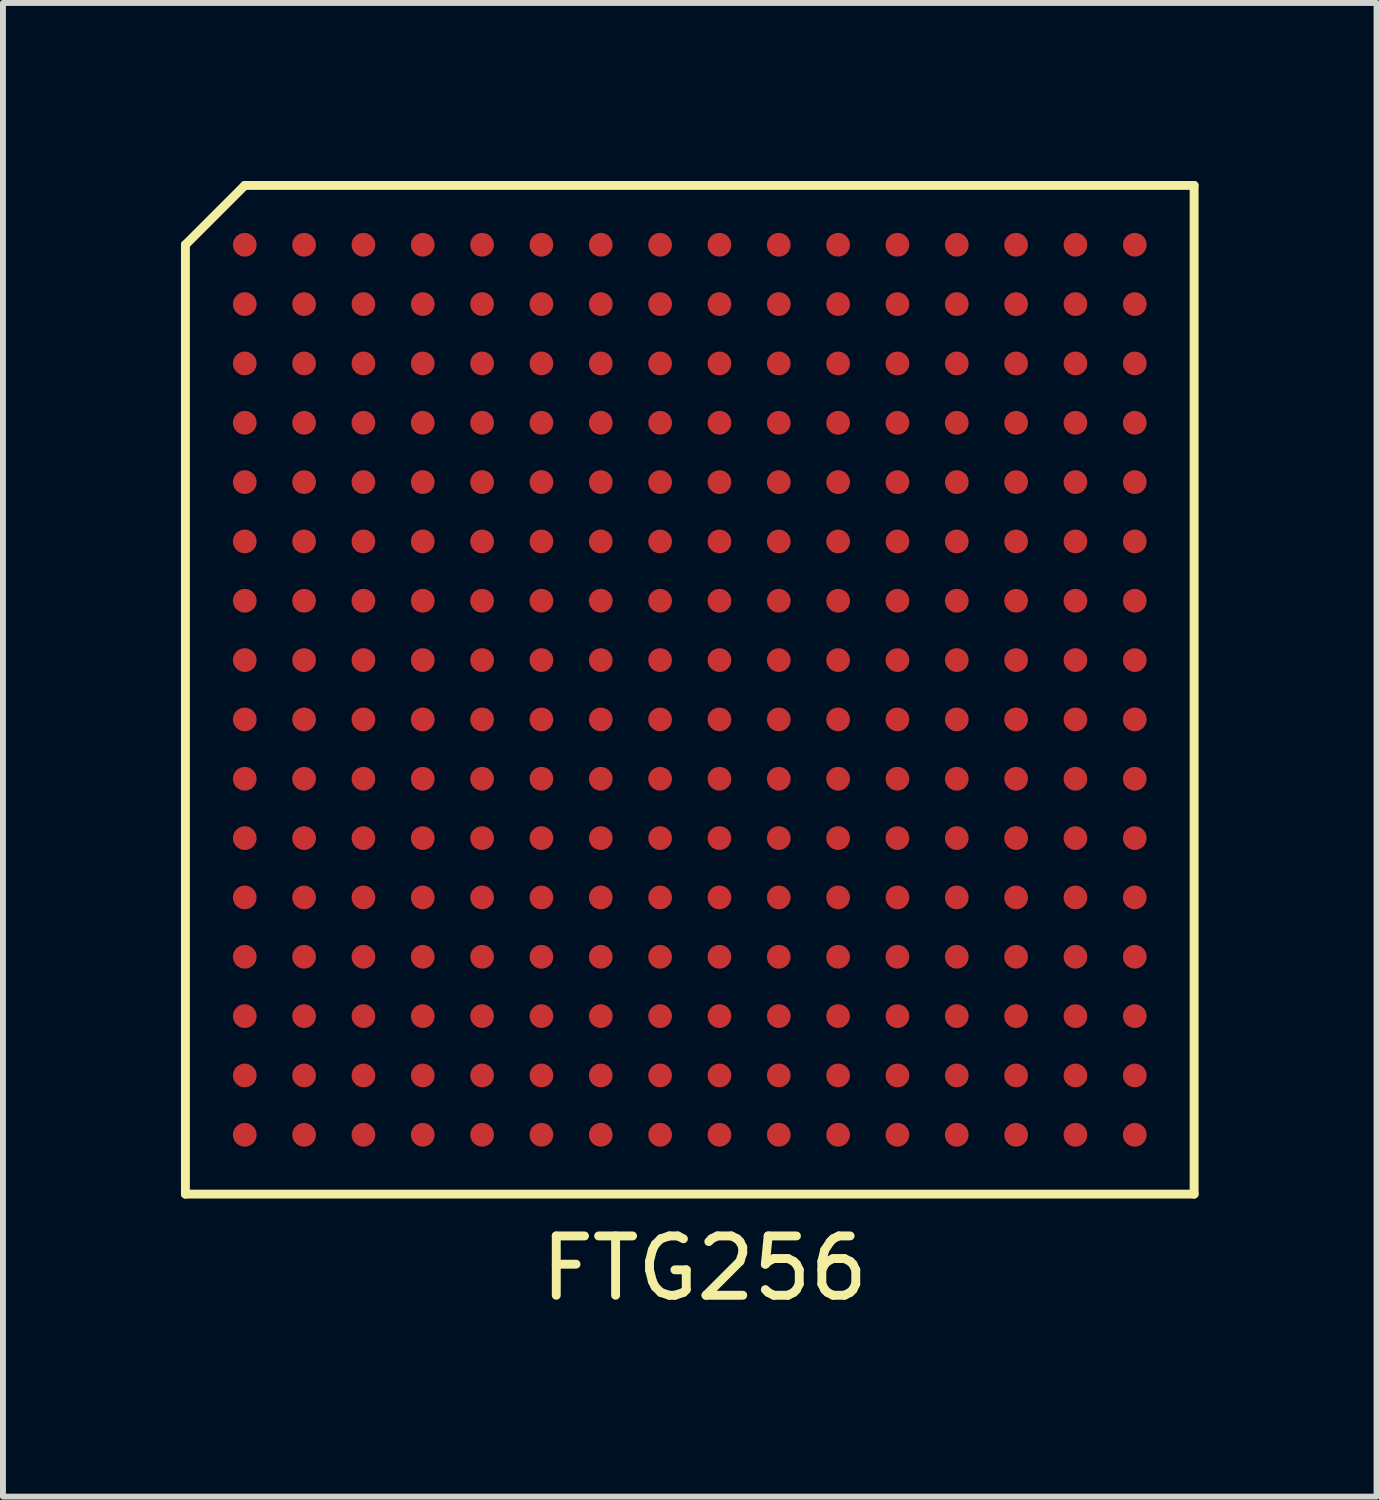
<source format=kicad_pcb>
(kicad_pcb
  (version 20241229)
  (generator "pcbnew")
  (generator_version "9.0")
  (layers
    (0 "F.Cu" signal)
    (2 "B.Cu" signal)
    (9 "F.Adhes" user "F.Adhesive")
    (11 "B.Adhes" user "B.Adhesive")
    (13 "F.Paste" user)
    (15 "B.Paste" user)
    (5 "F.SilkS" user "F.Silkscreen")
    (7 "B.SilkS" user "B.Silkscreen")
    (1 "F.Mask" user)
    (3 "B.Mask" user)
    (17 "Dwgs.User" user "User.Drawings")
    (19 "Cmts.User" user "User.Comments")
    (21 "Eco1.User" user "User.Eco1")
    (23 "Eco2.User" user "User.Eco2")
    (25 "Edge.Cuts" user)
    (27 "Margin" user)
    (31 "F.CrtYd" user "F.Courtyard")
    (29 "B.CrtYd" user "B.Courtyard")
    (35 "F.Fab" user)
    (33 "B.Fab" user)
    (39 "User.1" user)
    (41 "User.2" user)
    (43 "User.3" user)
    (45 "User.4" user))
  (footprint "FTG256"
    (layer "F.Cu")
    (at 1.075 16.075)
    (property "Reference" "FTG256" (at 7.75 2.25 0) (layer "F.SilkS") (effects (font (size 1 1) (thickness 0.15))))
    (attr through_hole)
    (fp_line (start -1 -15) (end 0 -16) (stroke (width 0.15) (type solid)) (layer "F.SilkS"))
    (fp_line (start -1 1) (end -1 -15) (stroke (width 0.15) (type solid)) (layer "F.SilkS"))
    (fp_line (start 0 -16) (end 16 -16) (stroke (width 0.15) (type solid)) (layer "F.SilkS"))
    (fp_line (start 16 -16) (end 16 1) (stroke (width 0.15) (type solid)) (layer "F.SilkS"))
    (fp_line (start 16 1) (end -1 1) (stroke (width 0.15) (type solid)) (layer "F.SilkS"))
    (pad "A1" smd circle (at 0 -15) (size 0.4 0.4) (layers "F.Cu" "F.Mask" "F.Paste"))
    (pad "A2" smd circle (at 1 -15) (size 0.4 0.4) (layers "F.Cu" "F.Mask" "F.Paste"))
    (pad "A3" smd circle (at 2 -15) (size 0.4 0.4) (layers "F.Cu" "F.Mask" "F.Paste"))
    (pad "A4" smd circle (at 3 -15) (size 0.4 0.4) (layers "F.Cu" "F.Mask" "F.Paste"))
    (pad "A5" smd circle (at 4 -15) (size 0.4 0.4) (layers "F.Cu" "F.Mask" "F.Paste"))
    (pad "A6" smd circle (at 5 -15) (size 0.4 0.4) (layers "F.Cu" "F.Mask" "F.Paste"))
    (pad "A7" smd circle (at 6 -15) (size 0.4 0.4) (layers "F.Cu" "F.Mask" "F.Paste"))
    (pad "A8" smd circle (at 7 -15) (size 0.4 0.4) (layers "F.Cu" "F.Mask" "F.Paste"))
    (pad "A9" smd circle (at 8 -15) (size 0.4 0.4) (layers "F.Cu" "F.Mask" "F.Paste"))
    (pad "A10" smd circle (at 9 -15) (size 0.4 0.4) (layers "F.Cu" "F.Mask" "F.Paste"))
    (pad "A11" smd circle (at 10 -15) (size 0.4 0.4) (layers "F.Cu" "F.Mask" "F.Paste"))
    (pad "A12" smd circle (at 11 -15) (size 0.4 0.4) (layers "F.Cu" "F.Mask" "F.Paste"))
    (pad "A13" smd circle (at 12 -15) (size 0.4 0.4) (layers "F.Cu" "F.Mask" "F.Paste"))
    (pad "A14" smd circle (at 13 -15) (size 0.4 0.4) (layers "F.Cu" "F.Mask" "F.Paste"))
    (pad "A15" smd circle (at 14 -15) (size 0.4 0.4) (layers "F.Cu" "F.Mask" "F.Paste"))
    (pad "A16" smd circle (at 15 -15) (size 0.4 0.4) (layers "F.Cu" "F.Mask" "F.Paste"))
    (pad "B1" smd circle (at 0 -14) (size 0.4 0.4) (layers "F.Cu" "F.Mask" "F.Paste"))
    (pad "B2" smd circle (at 1 -14) (size 0.4 0.4) (layers "F.Cu" "F.Mask" "F.Paste"))
    (pad "B3" smd circle (at 2 -14) (size 0.4 0.4) (layers "F.Cu" "F.Mask" "F.Paste"))
    (pad "B4" smd circle (at 3 -14) (size 0.4 0.4) (layers "F.Cu" "F.Mask" "F.Paste"))
    (pad "B5" smd circle (at 4 -14) (size 0.4 0.4) (layers "F.Cu" "F.Mask" "F.Paste"))
    (pad "B6" smd circle (at 5 -14) (size 0.4 0.4) (layers "F.Cu" "F.Mask" "F.Paste"))
    (pad "B7" smd circle (at 6 -14) (size 0.4 0.4) (layers "F.Cu" "F.Mask" "F.Paste"))
    (pad "B8" smd circle (at 7 -14) (size 0.4 0.4) (layers "F.Cu" "F.Mask" "F.Paste"))
    (pad "B9" smd circle (at 8 -14) (size 0.4 0.4) (layers "F.Cu" "F.Mask" "F.Paste"))
    (pad "B10" smd circle (at 9 -14) (size 0.4 0.4) (layers "F.Cu" "F.Mask" "F.Paste"))
    (pad "B11" smd circle (at 10 -14) (size 0.4 0.4) (layers "F.Cu" "F.Mask" "F.Paste"))
    (pad "B12" smd circle (at 11 -14) (size 0.4 0.4) (layers "F.Cu" "F.Mask" "F.Paste"))
    (pad "B13" smd circle (at 12 -14) (size 0.4 0.4) (layers "F.Cu" "F.Mask" "F.Paste"))
    (pad "B14" smd circle (at 13 -14) (size 0.4 0.4) (layers "F.Cu" "F.Mask" "F.Paste"))
    (pad "B15" smd circle (at 14 -14) (size 0.4 0.4) (layers "F.Cu" "F.Mask" "F.Paste"))
    (pad "B16" smd circle (at 15 -14) (size 0.4 0.4) (layers "F.Cu" "F.Mask" "F.Paste"))
    (pad "C1" smd circle (at 0 -13) (size 0.4 0.4) (layers "F.Cu" "F.Mask" "F.Paste"))
    (pad "C2" smd circle (at 1 -13) (size 0.4 0.4) (layers "F.Cu" "F.Mask" "F.Paste"))
    (pad "C3" smd circle (at 2 -13) (size 0.4 0.4) (layers "F.Cu" "F.Mask" "F.Paste"))
    (pad "C4" smd circle (at 3 -13) (size 0.4 0.4) (layers "F.Cu" "F.Mask" "F.Paste"))
    (pad "C5" smd circle (at 4 -13) (size 0.4 0.4) (layers "F.Cu" "F.Mask" "F.Paste"))
    (pad "C6" smd circle (at 5 -13) (size 0.4 0.4) (layers "F.Cu" "F.Mask" "F.Paste"))
    (pad "C7" smd circle (at 6 -13) (size 0.4 0.4) (layers "F.Cu" "F.Mask" "F.Paste"))
    (pad "C8" smd circle (at 7 -13) (size 0.4 0.4) (layers "F.Cu" "F.Mask" "F.Paste"))
    (pad "C9" smd circle (at 8 -13) (size 0.4 0.4) (layers "F.Cu" "F.Mask" "F.Paste"))
    (pad "C10" smd circle (at 9 -13) (size 0.4 0.4) (layers "F.Cu" "F.Mask" "F.Paste"))
    (pad "C11" smd circle (at 10 -13) (size 0.4 0.4) (layers "F.Cu" "F.Mask" "F.Paste"))
    (pad "C12" smd circle (at 11 -13) (size 0.4 0.4) (layers "F.Cu" "F.Mask" "F.Paste"))
    (pad "C13" smd circle (at 12 -13) (size 0.4 0.4) (layers "F.Cu" "F.Mask" "F.Paste"))
    (pad "C14" smd circle (at 13 -13) (size 0.4 0.4) (layers "F.Cu" "F.Mask" "F.Paste"))
    (pad "C15" smd circle (at 14 -13) (size 0.4 0.4) (layers "F.Cu" "F.Mask" "F.Paste"))
    (pad "C16" smd circle (at 15 -13) (size 0.4 0.4) (layers "F.Cu" "F.Mask" "F.Paste"))
    (pad "D1" smd circle (at 0 -12) (size 0.4 0.4) (layers "F.Cu" "F.Mask" "F.Paste"))
    (pad "D2" smd circle (at 1 -12) (size 0.4 0.4) (layers "F.Cu" "F.Mask" "F.Paste"))
    (pad "D3" smd circle (at 2 -12) (size 0.4 0.4) (layers "F.Cu" "F.Mask" "F.Paste"))
    (pad "D4" smd circle (at 3 -12) (size 0.4 0.4) (layers "F.Cu" "F.Mask" "F.Paste"))
    (pad "D5" smd circle (at 4 -12) (size 0.4 0.4) (layers "F.Cu" "F.Mask" "F.Paste"))
    (pad "D6" smd circle (at 5 -12) (size 0.4 0.4) (layers "F.Cu" "F.Mask" "F.Paste"))
    (pad "D7" smd circle (at 6 -12) (size 0.4 0.4) (layers "F.Cu" "F.Mask" "F.Paste"))
    (pad "D8" smd circle (at 7 -12) (size 0.4 0.4) (layers "F.Cu" "F.Mask" "F.Paste"))
    (pad "D9" smd circle (at 8 -12) (size 0.4 0.4) (layers "F.Cu" "F.Mask" "F.Paste"))
    (pad "D10" smd circle (at 9 -12) (size 0.4 0.4) (layers "F.Cu" "F.Mask" "F.Paste"))
    (pad "D11" smd circle (at 10 -12) (size 0.4 0.4) (layers "F.Cu" "F.Mask" "F.Paste"))
    (pad "D12" smd circle (at 11 -12) (size 0.4 0.4) (layers "F.Cu" "F.Mask" "F.Paste"))
    (pad "D13" smd circle (at 12 -12) (size 0.4 0.4) (layers "F.Cu" "F.Mask" "F.Paste"))
    (pad "D14" smd circle (at 13 -12) (size 0.4 0.4) (layers "F.Cu" "F.Mask" "F.Paste"))
    (pad "D15" smd circle (at 14 -12) (size 0.4 0.4) (layers "F.Cu" "F.Mask" "F.Paste"))
    (pad "D16" smd circle (at 15 -12) (size 0.4 0.4) (layers "F.Cu" "F.Mask" "F.Paste"))
    (pad "E1" smd circle (at 0 -11) (size 0.4 0.4) (layers "F.Cu" "F.Mask" "F.Paste"))
    (pad "E2" smd circle (at 1 -11) (size 0.4 0.4) (layers "F.Cu" "F.Mask" "F.Paste"))
    (pad "E3" smd circle (at 2 -11) (size 0.4 0.4) (layers "F.Cu" "F.Mask" "F.Paste"))
    (pad "E4" smd circle (at 3 -11) (size 0.4 0.4) (layers "F.Cu" "F.Mask" "F.Paste"))
    (pad "E5" smd circle (at 4 -11) (size 0.4 0.4) (layers "F.Cu" "F.Mask" "F.Paste"))
    (pad "E6" smd circle (at 5 -11) (size 0.4 0.4) (layers "F.Cu" "F.Mask" "F.Paste"))
    (pad "E7" smd circle (at 6 -11) (size 0.4 0.4) (layers "F.Cu" "F.Mask" "F.Paste"))
    (pad "E8" smd circle (at 7 -11) (size 0.4 0.4) (layers "F.Cu" "F.Mask" "F.Paste"))
    (pad "E9" smd circle (at 8 -11) (size 0.4 0.4) (layers "F.Cu" "F.Mask" "F.Paste"))
    (pad "E10" smd circle (at 9 -11) (size 0.4 0.4) (layers "F.Cu" "F.Mask" "F.Paste"))
    (pad "E11" smd circle (at 10 -11) (size 0.4 0.4) (layers "F.Cu" "F.Mask" "F.Paste"))
    (pad "E12" smd circle (at 11 -11) (size 0.4 0.4) (layers "F.Cu" "F.Mask" "F.Paste"))
    (pad "E13" smd circle (at 12 -11) (size 0.4 0.4) (layers "F.Cu" "F.Mask" "F.Paste"))
    (pad "E14" smd circle (at 13 -11) (size 0.4 0.4) (layers "F.Cu" "F.Mask" "F.Paste"))
    (pad "E15" smd circle (at 14 -11) (size 0.4 0.4) (layers "F.Cu" "F.Mask" "F.Paste"))
    (pad "E16" smd circle (at 15 -11) (size 0.4 0.4) (layers "F.Cu" "F.Mask" "F.Paste"))
    (pad "F1" smd circle (at 0 -10) (size 0.4 0.4) (layers "F.Cu" "F.Mask" "F.Paste"))
    (pad "F2" smd circle (at 1 -10) (size 0.4 0.4) (layers "F.Cu" "F.Mask" "F.Paste"))
    (pad "F3" smd circle (at 2 -10) (size 0.4 0.4) (layers "F.Cu" "F.Mask" "F.Paste"))
    (pad "F4" smd circle (at 3 -10) (size 0.4 0.4) (layers "F.Cu" "F.Mask" "F.Paste"))
    (pad "F5" smd circle (at 4 -10) (size 0.4 0.4) (layers "F.Cu" "F.Mask" "F.Paste"))
    (pad "F6" smd circle (at 5 -10) (size 0.4 0.4) (layers "F.Cu" "F.Mask" "F.Paste"))
    (pad "F7" smd circle (at 6 -10) (size 0.4 0.4) (layers "F.Cu" "F.Mask" "F.Paste"))
    (pad "F8" smd circle (at 7 -10) (size 0.4 0.4) (layers "F.Cu" "F.Mask" "F.Paste"))
    (pad "F9" smd circle (at 8 -10) (size 0.4 0.4) (layers "F.Cu" "F.Mask" "F.Paste"))
    (pad "F10" smd circle (at 9 -10) (size 0.4 0.4) (layers "F.Cu" "F.Mask" "F.Paste"))
    (pad "F11" smd circle (at 10 -10) (size 0.4 0.4) (layers "F.Cu" "F.Mask" "F.Paste"))
    (pad "F12" smd circle (at 11 -10) (size 0.4 0.4) (layers "F.Cu" "F.Mask" "F.Paste"))
    (pad "F13" smd circle (at 12 -10) (size 0.4 0.4) (layers "F.Cu" "F.Mask" "F.Paste"))
    (pad "F14" smd circle (at 13 -10) (size 0.4 0.4) (layers "F.Cu" "F.Mask" "F.Paste"))
    (pad "F15" smd circle (at 14 -10) (size 0.4 0.4) (layers "F.Cu" "F.Mask" "F.Paste"))
    (pad "F16" smd circle (at 15 -10) (size 0.4 0.4) (layers "F.Cu" "F.Mask" "F.Paste"))
    (pad "G1" smd circle (at 0 -9) (size 0.4 0.4) (layers "F.Cu" "F.Mask" "F.Paste"))
    (pad "G2" smd circle (at 1 -9) (size 0.4 0.4) (layers "F.Cu" "F.Mask" "F.Paste"))
    (pad "G3" smd circle (at 2 -9) (size 0.4 0.4) (layers "F.Cu" "F.Mask" "F.Paste"))
    (pad "G4" smd circle (at 3 -9) (size 0.4 0.4) (layers "F.Cu" "F.Mask" "F.Paste"))
    (pad "G5" smd circle (at 4 -9) (size 0.4 0.4) (layers "F.Cu" "F.Mask" "F.Paste"))
    (pad "G6" smd circle (at 5 -9) (size 0.4 0.4) (layers "F.Cu" "F.Mask" "F.Paste"))
    (pad "G7" smd circle (at 6 -9) (size 0.4 0.4) (layers "F.Cu" "F.Mask" "F.Paste"))
    (pad "G8" smd circle (at 7 -9) (size 0.4 0.4) (layers "F.Cu" "F.Mask" "F.Paste"))
    (pad "G9" smd circle (at 8 -9) (size 0.4 0.4) (layers "F.Cu" "F.Mask" "F.Paste"))
    (pad "G10" smd circle (at 9 -9) (size 0.4 0.4) (layers "F.Cu" "F.Mask" "F.Paste"))
    (pad "G11" smd circle (at 10 -9) (size 0.4 0.4) (layers "F.Cu" "F.Mask" "F.Paste"))
    (pad "G12" smd circle (at 11 -9) (size 0.4 0.4) (layers "F.Cu" "F.Mask" "F.Paste"))
    (pad "G13" smd circle (at 12 -9) (size 0.4 0.4) (layers "F.Cu" "F.Mask" "F.Paste"))
    (pad "G14" smd circle (at 13 -9) (size 0.4 0.4) (layers "F.Cu" "F.Mask" "F.Paste"))
    (pad "G15" smd circle (at 14 -9) (size 0.4 0.4) (layers "F.Cu" "F.Mask" "F.Paste"))
    (pad "G16" smd circle (at 15 -9) (size 0.4 0.4) (layers "F.Cu" "F.Mask" "F.Paste"))
    (pad "H1" smd circle (at 0 -8) (size 0.4 0.4) (layers "F.Cu" "F.Mask" "F.Paste"))
    (pad "H2" smd circle (at 1 -8) (size 0.4 0.4) (layers "F.Cu" "F.Mask" "F.Paste"))
    (pad "H3" smd circle (at 2 -8) (size 0.4 0.4) (layers "F.Cu" "F.Mask" "F.Paste"))
    (pad "H4" smd circle (at 3 -8) (size 0.4 0.4) (layers "F.Cu" "F.Mask" "F.Paste"))
    (pad "H5" smd circle (at 4 -8) (size 0.4 0.4) (layers "F.Cu" "F.Mask" "F.Paste"))
    (pad "H6" smd circle (at 5 -8) (size 0.4 0.4) (layers "F.Cu" "F.Mask" "F.Paste"))
    (pad "H7" smd circle (at 6 -8) (size 0.4 0.4) (layers "F.Cu" "F.Mask" "F.Paste"))
    (pad "H8" smd circle (at 7 -8) (size 0.4 0.4) (layers "F.Cu" "F.Mask" "F.Paste"))
    (pad "H9" smd circle (at 8 -8) (size 0.4 0.4) (layers "F.Cu" "F.Mask" "F.Paste"))
    (pad "H10" smd circle (at 9 -8) (size 0.4 0.4) (layers "F.Cu" "F.Mask" "F.Paste"))
    (pad "H11" smd circle (at 10 -8) (size 0.4 0.4) (layers "F.Cu" "F.Mask" "F.Paste"))
    (pad "H12" smd circle (at 11 -8) (size 0.4 0.4) (layers "F.Cu" "F.Mask" "F.Paste"))
    (pad "H13" smd circle (at 12 -8) (size 0.4 0.4) (layers "F.Cu" "F.Mask" "F.Paste"))
    (pad "H14" smd circle (at 13 -8) (size 0.4 0.4) (layers "F.Cu" "F.Mask" "F.Paste"))
    (pad "H15" smd circle (at 14 -8) (size 0.4 0.4) (layers "F.Cu" "F.Mask" "F.Paste"))
    (pad "H16" smd circle (at 15 -8) (size 0.4 0.4) (layers "F.Cu" "F.Mask" "F.Paste"))
    (pad "J1" smd circle (at 0 -7) (size 0.4 0.4) (layers "F.Cu" "F.Mask" "F.Paste"))
    (pad "J2" smd circle (at 1 -7) (size 0.4 0.4) (layers "F.Cu" "F.Mask" "F.Paste"))
    (pad "J3" smd circle (at 2 -7) (size 0.4 0.4) (layers "F.Cu" "F.Mask" "F.Paste"))
    (pad "J4" smd circle (at 3 -7) (size 0.4 0.4) (layers "F.Cu" "F.Mask" "F.Paste"))
    (pad "J5" smd circle (at 4 -7) (size 0.4 0.4) (layers "F.Cu" "F.Mask" "F.Paste"))
    (pad "J6" smd circle (at 5 -7) (size 0.4 0.4) (layers "F.Cu" "F.Mask" "F.Paste"))
    (pad "J7" smd circle (at 6 -7) (size 0.4 0.4) (layers "F.Cu" "F.Mask" "F.Paste"))
    (pad "J8" smd circle (at 7 -7) (size 0.4 0.4) (layers "F.Cu" "F.Mask" "F.Paste"))
    (pad "J9" smd circle (at 8 -7) (size 0.4 0.4) (layers "F.Cu" "F.Mask" "F.Paste"))
    (pad "J10" smd circle (at 9 -7) (size 0.4 0.4) (layers "F.Cu" "F.Mask" "F.Paste"))
    (pad "J11" smd circle (at 10 -7) (size 0.4 0.4) (layers "F.Cu" "F.Mask" "F.Paste"))
    (pad "J12" smd circle (at 11 -7) (size 0.4 0.4) (layers "F.Cu" "F.Mask" "F.Paste"))
    (pad "J13" smd circle (at 12 -7) (size 0.4 0.4) (layers "F.Cu" "F.Mask" "F.Paste"))
    (pad "J14" smd circle (at 13 -7) (size 0.4 0.4) (layers "F.Cu" "F.Mask" "F.Paste"))
    (pad "J15" smd circle (at 14 -7) (size 0.4 0.4) (layers "F.Cu" "F.Mask" "F.Paste"))
    (pad "J16" smd circle (at 15 -7) (size 0.4 0.4) (layers "F.Cu" "F.Mask" "F.Paste"))
    (pad "K1" smd circle (at 0 -6) (size 0.4 0.4) (layers "F.Cu" "F.Mask" "F.Paste"))
    (pad "K2" smd circle (at 1 -6) (size 0.4 0.4) (layers "F.Cu" "F.Mask" "F.Paste"))
    (pad "K3" smd circle (at 2 -6) (size 0.4 0.4) (layers "F.Cu" "F.Mask" "F.Paste"))
    (pad "K4" smd circle (at 3 -6) (size 0.4 0.4) (layers "F.Cu" "F.Mask" "F.Paste"))
    (pad "K5" smd circle (at 4 -6) (size 0.4 0.4) (layers "F.Cu" "F.Mask" "F.Paste"))
    (pad "K6" smd circle (at 5 -6) (size 0.4 0.4) (layers "F.Cu" "F.Mask" "F.Paste"))
    (pad "K7" smd circle (at 6 -6) (size 0.4 0.4) (layers "F.Cu" "F.Mask" "F.Paste"))
    (pad "K8" smd circle (at 7 -6) (size 0.4 0.4) (layers "F.Cu" "F.Mask" "F.Paste"))
    (pad "K9" smd circle (at 8 -6) (size 0.4 0.4) (layers "F.Cu" "F.Mask" "F.Paste"))
    (pad "K10" smd circle (at 9 -6) (size 0.4 0.4) (layers "F.Cu" "F.Mask" "F.Paste"))
    (pad "K11" smd circle (at 10 -6) (size 0.4 0.4) (layers "F.Cu" "F.Mask" "F.Paste"))
    (pad "K12" smd circle (at 11 -6) (size 0.4 0.4) (layers "F.Cu" "F.Mask" "F.Paste"))
    (pad "K13" smd circle (at 12 -6) (size 0.4 0.4) (layers "F.Cu" "F.Mask" "F.Paste"))
    (pad "K14" smd circle (at 13 -6) (size 0.4 0.4) (layers "F.Cu" "F.Mask" "F.Paste"))
    (pad "K15" smd circle (at 14 -6) (size 0.4 0.4) (layers "F.Cu" "F.Mask" "F.Paste"))
    (pad "K16" smd circle (at 15 -6) (size 0.4 0.4) (layers "F.Cu" "F.Mask" "F.Paste"))
    (pad "L1" smd circle (at 0 -5) (size 0.4 0.4) (layers "F.Cu" "F.Mask" "F.Paste"))
    (pad "L2" smd circle (at 1 -5) (size 0.4 0.4) (layers "F.Cu" "F.Mask" "F.Paste"))
    (pad "L3" smd circle (at 2 -5) (size 0.4 0.4) (layers "F.Cu" "F.Mask" "F.Paste"))
    (pad "L4" smd circle (at 3 -5) (size 0.4 0.4) (layers "F.Cu" "F.Mask" "F.Paste"))
    (pad "L5" smd circle (at 4 -5) (size 0.4 0.4) (layers "F.Cu" "F.Mask" "F.Paste"))
    (pad "L6" smd circle (at 5 -5) (size 0.4 0.4) (layers "F.Cu" "F.Mask" "F.Paste"))
    (pad "L7" smd circle (at 6 -5) (size 0.4 0.4) (layers "F.Cu" "F.Mask" "F.Paste"))
    (pad "L8" smd circle (at 7 -5) (size 0.4 0.4) (layers "F.Cu" "F.Mask" "F.Paste"))
    (pad "L9" smd circle (at 8 -5) (size 0.4 0.4) (layers "F.Cu" "F.Mask" "F.Paste"))
    (pad "L10" smd circle (at 9 -5) (size 0.4 0.4) (layers "F.Cu" "F.Mask" "F.Paste"))
    (pad "L11" smd circle (at 10 -5) (size 0.4 0.4) (layers "F.Cu" "F.Mask" "F.Paste"))
    (pad "L12" smd circle (at 11 -5) (size 0.4 0.4) (layers "F.Cu" "F.Mask" "F.Paste"))
    (pad "L13" smd circle (at 12 -5) (size 0.4 0.4) (layers "F.Cu" "F.Mask" "F.Paste"))
    (pad "L14" smd circle (at 13 -5) (size 0.4 0.4) (layers "F.Cu" "F.Mask" "F.Paste"))
    (pad "L15" smd circle (at 14 -5) (size 0.4 0.4) (layers "F.Cu" "F.Mask" "F.Paste"))
    (pad "L16" smd circle (at 15 -5) (size 0.4 0.4) (layers "F.Cu" "F.Mask" "F.Paste"))
    (pad "M1" smd circle (at 0 -4) (size 0.4 0.4) (layers "F.Cu" "F.Mask" "F.Paste"))
    (pad "M2" smd circle (at 1 -4) (size 0.4 0.4) (layers "F.Cu" "F.Mask" "F.Paste"))
    (pad "M3" smd circle (at 2 -4) (size 0.4 0.4) (layers "F.Cu" "F.Mask" "F.Paste"))
    (pad "M4" smd circle (at 3 -4) (size 0.4 0.4) (layers "F.Cu" "F.Mask" "F.Paste"))
    (pad "M5" smd circle (at 4 -4) (size 0.4 0.4) (layers "F.Cu" "F.Mask" "F.Paste"))
    (pad "M6" smd circle (at 5 -4) (size 0.4 0.4) (layers "F.Cu" "F.Mask" "F.Paste"))
    (pad "M7" smd circle (at 6 -4) (size 0.4 0.4) (layers "F.Cu" "F.Mask" "F.Paste"))
    (pad "M8" smd circle (at 7 -4) (size 0.4 0.4) (layers "F.Cu" "F.Mask" "F.Paste"))
    (pad "M9" smd circle (at 8 -4) (size 0.4 0.4) (layers "F.Cu" "F.Mask" "F.Paste"))
    (pad "M10" smd circle (at 9 -4) (size 0.4 0.4) (layers "F.Cu" "F.Mask" "F.Paste"))
    (pad "M11" smd circle (at 10 -4) (size 0.4 0.4) (layers "F.Cu" "F.Mask" "F.Paste"))
    (pad "M12" smd circle (at 11 -4) (size 0.4 0.4) (layers "F.Cu" "F.Mask" "F.Paste"))
    (pad "M13" smd circle (at 12 -4) (size 0.4 0.4) (layers "F.Cu" "F.Mask" "F.Paste"))
    (pad "M14" smd circle (at 13 -4) (size 0.4 0.4) (layers "F.Cu" "F.Mask" "F.Paste"))
    (pad "M15" smd circle (at 14 -4) (size 0.4 0.4) (layers "F.Cu" "F.Mask" "F.Paste"))
    (pad "M16" smd circle (at 15 -4) (size 0.4 0.4) (layers "F.Cu" "F.Mask" "F.Paste"))
    (pad "N1" smd circle (at 0 -3) (size 0.4 0.4) (layers "F.Cu" "F.Mask" "F.Paste"))
    (pad "N2" smd circle (at 1 -3) (size 0.4 0.4) (layers "F.Cu" "F.Mask" "F.Paste"))
    (pad "N3" smd circle (at 2 -3) (size 0.4 0.4) (layers "F.Cu" "F.Mask" "F.Paste"))
    (pad "N4" smd circle (at 3 -3) (size 0.4 0.4) (layers "F.Cu" "F.Mask" "F.Paste"))
    (pad "N5" smd circle (at 4 -3) (size 0.4 0.4) (layers "F.Cu" "F.Mask" "F.Paste"))
    (pad "N6" smd circle (at 5 -3) (size 0.4 0.4) (layers "F.Cu" "F.Mask" "F.Paste"))
    (pad "N7" smd circle (at 6 -3) (size 0.4 0.4) (layers "F.Cu" "F.Mask" "F.Paste"))
    (pad "N8" smd circle (at 7 -3) (size 0.4 0.4) (layers "F.Cu" "F.Mask" "F.Paste"))
    (pad "N9" smd circle (at 8 -3) (size 0.4 0.4) (layers "F.Cu" "F.Mask" "F.Paste"))
    (pad "N10" smd circle (at 9 -3) (size 0.4 0.4) (layers "F.Cu" "F.Mask" "F.Paste"))
    (pad "N11" smd circle (at 10 -3) (size 0.4 0.4) (layers "F.Cu" "F.Mask" "F.Paste"))
    (pad "N12" smd circle (at 11 -3) (size 0.4 0.4) (layers "F.Cu" "F.Mask" "F.Paste"))
    (pad "N13" smd circle (at 12 -3) (size 0.4 0.4) (layers "F.Cu" "F.Mask" "F.Paste"))
    (pad "N14" smd circle (at 13 -3) (size 0.4 0.4) (layers "F.Cu" "F.Mask" "F.Paste"))
    (pad "N15" smd circle (at 14 -3) (size 0.4 0.4) (layers "F.Cu" "F.Mask" "F.Paste"))
    (pad "N16" smd circle (at 15 -3) (size 0.4 0.4) (layers "F.Cu" "F.Mask" "F.Paste"))
    (pad "P1" smd circle (at 0 -2) (size 0.4 0.4) (layers "F.Cu" "F.Mask" "F.Paste"))
    (pad "P2" smd circle (at 1 -2) (size 0.4 0.4) (layers "F.Cu" "F.Mask" "F.Paste"))
    (pad "P3" smd circle (at 2 -2) (size 0.4 0.4) (layers "F.Cu" "F.Mask" "F.Paste"))
    (pad "P4" smd circle (at 3 -2) (size 0.4 0.4) (layers "F.Cu" "F.Mask" "F.Paste"))
    (pad "P5" smd circle (at 4 -2) (size 0.4 0.4) (layers "F.Cu" "F.Mask" "F.Paste"))
    (pad "P6" smd circle (at 5 -2) (size 0.4 0.4) (layers "F.Cu" "F.Mask" "F.Paste"))
    (pad "P7" smd circle (at 6 -2) (size 0.4 0.4) (layers "F.Cu" "F.Mask" "F.Paste"))
    (pad "P8" smd circle (at 7 -2) (size 0.4 0.4) (layers "F.Cu" "F.Mask" "F.Paste"))
    (pad "P9" smd circle (at 8 -2) (size 0.4 0.4) (layers "F.Cu" "F.Mask" "F.Paste"))
    (pad "P10" smd circle (at 9 -2) (size 0.4 0.4) (layers "F.Cu" "F.Mask" "F.Paste"))
    (pad "P11" smd circle (at 10 -2) (size 0.4 0.4) (layers "F.Cu" "F.Mask" "F.Paste"))
    (pad "P12" smd circle (at 11 -2) (size 0.4 0.4) (layers "F.Cu" "F.Mask" "F.Paste"))
    (pad "P13" smd circle (at 12 -2) (size 0.4 0.4) (layers "F.Cu" "F.Mask" "F.Paste"))
    (pad "P14" smd circle (at 13 -2) (size 0.4 0.4) (layers "F.Cu" "F.Mask" "F.Paste"))
    (pad "P15" smd circle (at 14 -2) (size 0.4 0.4) (layers "F.Cu" "F.Mask" "F.Paste"))
    (pad "P16" smd circle (at 15 -2) (size 0.4 0.4) (layers "F.Cu" "F.Mask" "F.Paste"))
    (pad "R1" smd circle (at 0 -1) (size 0.4 0.4) (layers "F.Cu" "F.Mask" "F.Paste"))
    (pad "R2" smd circle (at 1 -1) (size 0.4 0.4) (layers "F.Cu" "F.Mask" "F.Paste"))
    (pad "R3" smd circle (at 2 -1) (size 0.4 0.4) (layers "F.Cu" "F.Mask" "F.Paste"))
    (pad "R4" smd circle (at 3 -1) (size 0.4 0.4) (layers "F.Cu" "F.Mask" "F.Paste"))
    (pad "R5" smd circle (at 4 -1) (size 0.4 0.4) (layers "F.Cu" "F.Mask" "F.Paste"))
    (pad "R6" smd circle (at 5 -1) (size 0.4 0.4) (layers "F.Cu" "F.Mask" "F.Paste"))
    (pad "R7" smd circle (at 6 -1) (size 0.4 0.4) (layers "F.Cu" "F.Mask" "F.Paste"))
    (pad "R8" smd circle (at 7 -1) (size 0.4 0.4) (layers "F.Cu" "F.Mask" "F.Paste"))
    (pad "R9" smd circle (at 8 -1) (size 0.4 0.4) (layers "F.Cu" "F.Mask" "F.Paste"))
    (pad "R10" smd circle (at 9 -1) (size 0.4 0.4) (layers "F.Cu" "F.Mask" "F.Paste"))
    (pad "R11" smd circle (at 10 -1) (size 0.4 0.4) (layers "F.Cu" "F.Mask" "F.Paste"))
    (pad "R12" smd circle (at 11 -1) (size 0.4 0.4) (layers "F.Cu" "F.Mask" "F.Paste"))
    (pad "R13" smd circle (at 12 -1) (size 0.4 0.4) (layers "F.Cu" "F.Mask" "F.Paste"))
    (pad "R14" smd circle (at 13 -1) (size 0.4 0.4) (layers "F.Cu" "F.Mask" "F.Paste"))
    (pad "R15" smd circle (at 14 -1) (size 0.4 0.4) (layers "F.Cu" "F.Mask" "F.Paste"))
    (pad "R16" smd circle (at 15 -1) (size 0.4 0.4) (layers "F.Cu" "F.Mask" "F.Paste"))
    (pad "T1" smd circle (at 0 0) (size 0.4 0.4) (layers "F.Cu" "F.Mask" "F.Paste"))
    (pad "T2" smd circle (at 1 0) (size 0.4 0.4) (layers "F.Cu" "F.Mask" "F.Paste"))
    (pad "T3" smd circle (at 2 0) (size 0.4 0.4) (layers "F.Cu" "F.Mask" "F.Paste"))
    (pad "T4" smd circle (at 3 0) (size 0.4 0.4) (layers "F.Cu" "F.Mask" "F.Paste"))
    (pad "T5" smd circle (at 4 0) (size 0.4 0.4) (layers "F.Cu" "F.Mask" "F.Paste"))
    (pad "T6" smd circle (at 5 0) (size 0.4 0.4) (layers "F.Cu" "F.Mask" "F.Paste"))
    (pad "T7" smd circle (at 6 0) (size 0.4 0.4) (layers "F.Cu" "F.Mask" "F.Paste"))
    (pad "T8" smd circle (at 7 0) (size 0.4 0.4) (layers "F.Cu" "F.Mask" "F.Paste"))
    (pad "T9" smd circle (at 8 0) (size 0.4 0.4) (layers "F.Cu" "F.Mask" "F.Paste"))
    (pad "T10" smd circle (at 9 0) (size 0.4 0.4) (layers "F.Cu" "F.Mask" "F.Paste"))
    (pad "T11" smd circle (at 10 0) (size 0.4 0.4) (layers "F.Cu" "F.Mask" "F.Paste"))
    (pad "T12" smd circle (at 11 0) (size 0.4 0.4) (layers "F.Cu" "F.Mask" "F.Paste"))
    (pad "T13" smd circle (at 12 0) (size 0.4 0.4) (layers "F.Cu" "F.Mask" "F.Paste"))
    (pad "T14" smd circle (at 13 0) (size 0.4 0.4) (layers "F.Cu" "F.Mask" "F.Paste"))
    (pad "T15" smd circle (at 14 0) (size 0.4 0.4) (layers "F.Cu" "F.Mask" "F.Paste"))
    (pad "T16" smd circle (at 15 0) (size 0.4 0.4) (layers "F.Cu" "F.Mask" "F.Paste")))
  (gr_rect
    (start -3 -3)
    (end 20.15 22.173)
    (stroke (width 0.1) (type default))
    (fill no)
    (layer "Edge.Cuts")))
</source>
